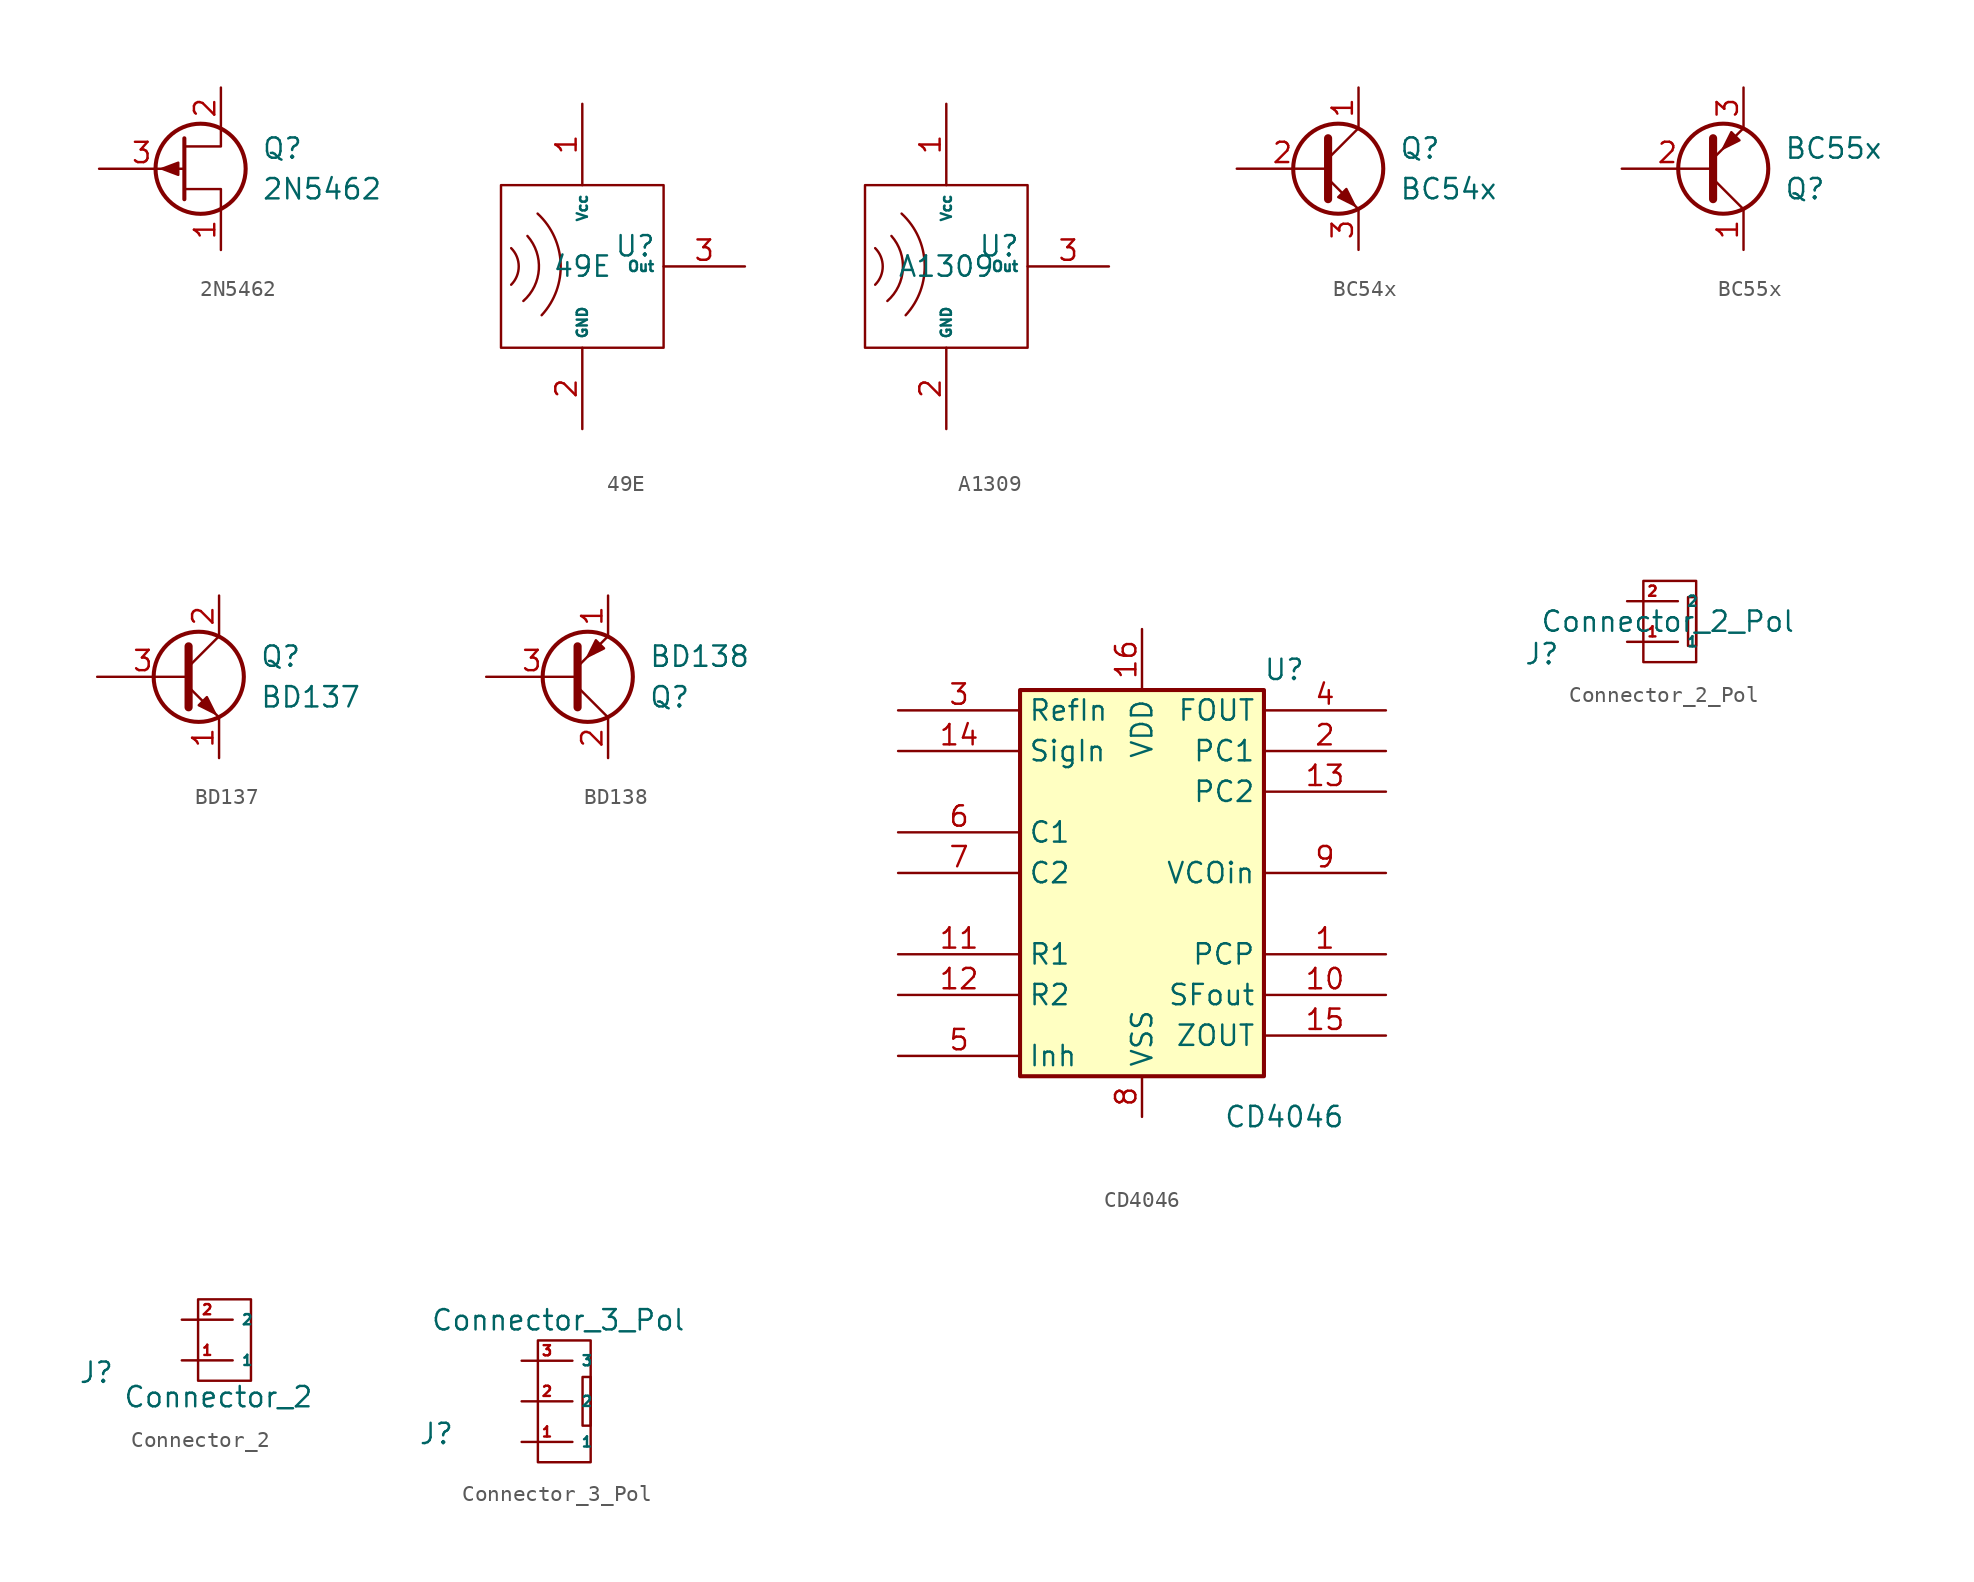
<source format=kicad_sym>
(kicad_symbol_lib
  (version 20231120)
  (generator "kicad_symbol_editor")
  (generator_version "8.0")
  (symbol "2N5462"
    (pin_names
      (offset 0) hide)
    (property "Reference" "Q"
      (at 5.08 1.27 0)
      (effects (font (size 1.27 1.27)) (justify left)))
    (property "Value" "2N5462"
      (at 5.08 -1.27 0)
      (effects (font (size 1.27 1.27)) (justify left)))
    (symbol "2N5462_0_1"
      (polyline (pts (xy 0.254 1.905) (xy 0.254 -1.905) (xy 0.254 -1.905)) (stroke (width 0.254) (type default)) (fill (type none)))
      (polyline (pts (xy 2.54 -2.54) (xy 2.54 -1.27) (xy 0.254 -1.27)) (stroke (width 0) (type default)) (fill (type none)))
      (polyline (pts (xy 2.54 2.54) (xy 2.54 1.397) (xy 0.254 1.397)) (stroke (width 0) (type default)) (fill (type none)))
      (polyline (pts (xy -1.143 0) (xy -0.127 0.381) (xy -0.127 -0.381) (xy -1.143 0)) (stroke (width 0) (type default)) (fill (type outline)))
      (circle (center 1.27 0) (radius 2.819) (stroke (width 0.254) (type default)) (fill (type none))))
    (symbol "2N5462_1_1"
      (pin passive line (at 2.54 -5.08 90) (length 2.54) (name "S" (effects (font (size 1.27 1.27)))) (number "1" (effects (font (size 1.27 1.27)))))
      (pin passive line (at 2.54 5.08 270) (length 2.54) (name "D" (effects (font (size 1.27 1.27)))) (number "2" (effects (font (size 1.27 1.27)))))
      (pin input line (at -5.08 0 0) (length 5.334) (name "G" (effects (font (size 1.27 1.27)))) (number "3" (effects (font (size 1.27 1.27)))))))
  (symbol "49E"
    (property "Reference" "U"
      (at 3.302 1.27 0)
      (effects (font (size 1.27 1.27))))
    (property "Value" "49E"
      (at 0 0 0)
      (effects (font (size 1.27 1.27))))
    (symbol "49E_0_1"
      (rectangle (start -5.08 5.08) (end 5.08 -5.08) (stroke (width 0) (type default)) (fill (type none)))
      (arc (start -4.445 -1.143) (mid -3.9716 0) (end -4.445 1.143) (stroke (width 0) (type default)) (fill (type none)))
      (arc (start -3.683 -2.159) (mid -2.7143 -0.1796) (end -3.429 1.905) (stroke (width 0) (type default)) (fill (type none)))
      (arc (start -2.54 -3.048) (mid -1.3519 0.1796) (end -2.794 3.302) (stroke (width 0) (type default)) (fill (type none))))
    (symbol "49E_1_1"
      (pin power_in line (at 0 10.16 270) (length 5.08) (name "Vcc" (effects (font (size 0.635 0.635)))) (number "1" (effects (font (size 1.27 1.27)))))
      (pin power_in line (at 0 -10.16 90) (length 5.08) (name "GND" (effects (font (size 0.635 0.635)))) (number "2" (effects (font (size 1.27 1.27)))))
      (pin output line (at 10.16 0 180) (length 5.08) (name "Out" (effects (font (size 0.635 0.635)))) (number "3" (effects (font (size 1.27 1.27)))))))
  (symbol "A1309"
    (property "Reference" "U"
      (at 3.302 1.27 0)
      (effects (font (size 1.27 1.27))))
    (property "Value" "A1309"
      (at 0 0 0)
      (effects (font (size 1.27 1.27))))
    (symbol "A1309_0_1"
      (arc (start -2.794 3.302) (mid -1.3519 0.1796) (end -2.54 -3.048) (stroke (width 0) (type default)) (fill (type none)))
      (arc (start -4.445 1.143) (mid -3.9716 0) (end -4.445 -1.143) (stroke (width 0) (type default)) (fill (type none)))
      (arc (start -3.429 1.905) (mid -2.7143 -0.1796) (end -3.683 -2.159) (stroke (width 0) (type default)) (fill (type none)))
      (rectangle (start -5.08 5.08) (end 5.08 -5.08) (stroke (width 0) (type default)) (fill (type none))))
    (symbol "A1309_1_1"
      (pin power_in line (at 0 10.16 270) (length 5.08) (name "Vcc" (effects (font (size 0.635 0.635)))) (number "1" (effects (font (size 1.27 1.27)))))
      (pin power_in line (at 0 -10.16 90) (length 5.08) (name "GND" (effects (font (size 0.635 0.635)))) (number "2" (effects (font (size 1.27 1.27)))))
      (pin output line (at 10.16 0 180) (length 5.08) (name "Out" (effects (font (size 0.635 0.635)))) (number "3" (effects (font (size 1.27 1.27)))))))
  (symbol "BC54x"
    (pin_names
      (offset 0) hide)
    (property "Reference" "Q"
      (at 5.08 1.27 0)
      (effects (font (size 1.27 1.27)) (justify left)))
    (property "Value" "BC54x"
      (at 5.08 -1.27 0)
      (effects (font (size 1.27 1.27)) (justify left)))
    (symbol "BC54x_0_1"
      (polyline (pts (xy 0.635 0.635) (xy 2.54 2.54)) (stroke (width 0) (type default)) (fill (type none)))
      (polyline (pts (xy 0.635 -0.635) (xy 2.54 -2.54) (xy 2.54 -2.54)) (stroke (width 0) (type default)) (fill (type none)))
      (polyline (pts (xy 0.635 1.905) (xy 0.635 -1.905) (xy 0.635 -1.905)) (stroke (width 0.508) (type default)) (fill (type none)))
      (polyline (pts (xy 1.27 -1.778) (xy 1.778 -1.27) (xy 2.286 -2.286) (xy 1.27 -1.778) (xy 1.27 -1.778)) (stroke (width 0) (type default)) (fill (type outline)))
      (circle (center 1.27 0) (radius 2.819) (stroke (width 0.254) (type default)) (fill (type none))))
    (symbol "BC54x_1_1"
      (pin passive line (at 2.54 5.08 270) (length 2.54) (name "C" (effects (font (size 1.27 1.27)))) (number "1" (effects (font (size 1.27 1.27)))))
      (pin input line (at -5.08 0 0) (length 5.715) (name "B" (effects (font (size 1.27 1.27)))) (number "2" (effects (font (size 1.27 1.27)))))
      (pin passive line (at 2.54 -5.08 90) (length 2.54) (name "E" (effects (font (size 1.27 1.27)))) (number "3" (effects (font (size 1.27 1.27)))))))
  (symbol "BC55x"
    (pin_names
      (offset 0) hide)
    (property "Reference" "Q"
      (at 2.54 -1.27 0)
      (effects (font (size 1.27 1.27)) (justify left)))
    (property "Value" "BC55x"
      (at 2.54 1.27 0)
      (effects (font (size 1.27 1.27)) (justify left)))
    (symbol "BC55x_0_1"
      (circle (center -1.27 0) (radius 2.819) (stroke (width 0.254) (type default)) (fill (type none)))
      (polyline (pts (xy -1.905 -0.635) (xy 0 -2.54)) (stroke (width 0) (type default)) (fill (type none)))
      (polyline (pts (xy -1.905 -1.905) (xy -1.905 1.905) (xy -1.905 1.905)) (stroke (width 0.508) (type default)) (fill (type none)))
      (polyline (pts (xy -1.905 0.635) (xy 0 2.54) (xy 0 2.54)) (stroke (width 0) (type default)) (fill (type none)))
      (polyline (pts (xy -0.254 1.778) (xy -0.762 2.286) (xy -1.27 1.27) (xy -0.254 1.778) (xy -0.254 1.778)) (stroke (width 0) (type default)) (fill (type outline))))
    (symbol "BC55x_1_1"
      (pin passive line (at 0 -5.08 90) (length 2.54) (name "C" (effects (font (size 1.27 1.27)))) (number "1" (effects (font (size 1.27 1.27)))))
      (pin input line (at -7.62 0 0) (length 5.715) (name "B" (effects (font (size 1.27 1.27)))) (number "2" (effects (font (size 1.27 1.27)))))
      (pin passive line (at 0 5.08 270) (length 2.54) (name "E" (effects (font (size 1.27 1.27)))) (number "3" (effects (font (size 1.27 1.27)))))))
  (symbol "BD137"
    (pin_names
      (offset 0) hide)
    (property "Reference" "Q"
      (at 5.08 1.27 0)
      (effects (font (size 1.27 1.27)) (justify left)))
    (property "Value" "BD137"
      (at 5.08 -1.27 0)
      (effects (font (size 1.27 1.27)) (justify left)))
    (symbol "BD137_0_1"
      (polyline (pts (xy 0.635 0.635) (xy 2.54 2.54)) (stroke (width 0) (type default)) (fill (type none)))
      (polyline (pts (xy 0.635 -0.635) (xy 2.54 -2.54) (xy 2.54 -2.54)) (stroke (width 0) (type default)) (fill (type none)))
      (polyline (pts (xy 0.635 1.905) (xy 0.635 -1.905) (xy 0.635 -1.905)) (stroke (width 0.508) (type default)) (fill (type none)))
      (polyline (pts (xy 1.27 -1.778) (xy 1.778 -1.27) (xy 2.286 -2.286) (xy 1.27 -1.778) (xy 1.27 -1.778)) (stroke (width 0) (type default)) (fill (type outline)))
      (circle (center 1.27 0) (radius 2.819) (stroke (width 0.254) (type default)) (fill (type none))))
    (symbol "BD137_1_1"
      (pin passive line (at 2.54 -5.08 90) (length 2.54) (name "E" (effects (font (size 1.27 1.27)))) (number "1" (effects (font (size 1.27 1.27)))))
      (pin passive line (at 2.54 5.08 270) (length 2.54) (name "C" (effects (font (size 1.27 1.27)))) (number "2" (effects (font (size 1.27 1.27)))))
      (pin input line (at -5.08 0 0) (length 5.715) (name "B" (effects (font (size 1.27 1.27)))) (number "3" (effects (font (size 1.27 1.27)))))))
  (symbol "BD138"
    (pin_names
      (offset 0) hide)
    (property "Reference" "Q"
      (at 2.54 -1.27 0)
      (effects (font (size 1.27 1.27)) (justify left)))
    (property "Value" "BD138"
      (at 2.54 1.27 0)
      (effects (font (size 1.27 1.27)) (justify left)))
    (symbol "BD138_0_1"
      (circle (center -1.27 0) (radius 2.819) (stroke (width 0.254) (type default)) (fill (type none)))
      (polyline (pts (xy -1.905 -0.635) (xy 0 -2.54)) (stroke (width 0) (type default)) (fill (type none)))
      (polyline (pts (xy -1.905 -1.905) (xy -1.905 1.905) (xy -1.905 1.905)) (stroke (width 0.508) (type default)) (fill (type none)))
      (polyline (pts (xy -1.905 0.635) (xy 0 2.54) (xy 0 2.54)) (stroke (width 0) (type default)) (fill (type none)))
      (polyline (pts (xy -0.254 1.778) (xy -0.762 2.286) (xy -1.27 1.27) (xy -0.254 1.778) (xy -0.254 1.778)) (stroke (width 0) (type default)) (fill (type outline))))
    (symbol "BD138_1_1"
      (pin passive line (at 0 5.08 270) (length 2.54) (name "E" (effects (font (size 1.27 1.27)))) (number "1" (effects (font (size 1.27 1.27)))))
      (pin passive line (at 0 -5.08 90) (length 2.54) (name "C" (effects (font (size 1.27 1.27)))) (number "2" (effects (font (size 1.27 1.27)))))
      (pin input line (at -7.62 0 0) (length 5.715) (name "B" (effects (font (size 1.27 1.27)))) (number "3" (effects (font (size 1.27 1.27)))))))
  (symbol "CD4046"
    (property "Reference" "U"
      (at 8.89 12.7 0)
      (effects (font (size 1.27 1.27))))
    (property "Value" "CD4046"
      (at 8.89 -15.24 0)
      (effects (font (size 1.27 1.27))))
    (symbol "CD4046_0_1"
      (rectangle (start -7.62 11.43) (end 7.62 -12.7) (stroke (width 0.254) (type default)) (fill (type background)))
      (pin power_in line (at 0 15.24 270) (length 3.81) (name "VDD" (effects (font (size 1.27 1.27)))) (number "16" (effects (font (size 1.27 1.27)))))
      (pin power_in line (at 0 -15.24 90) (length 2.54) (name "VSS" (effects (font (size 1.27 1.27)))) (number "8" (effects (font (size 1.27 1.27))))))
    (symbol "CD4046_1_1"
      (pin output line (at 15.24 -5.08 180) (length 7.62) (name "PCP" (effects (font (size 1.27 1.27)))) (number "1" (effects (font (size 1.27 1.27)))))
      (pin output line (at 15.24 -7.62 180) (length 7.62) (name "SFout" (effects (font (size 1.27 1.27)))) (number "10" (effects (font (size 1.27 1.27)))))
      (pin input line (at -15.24 -5.08 0) (length 7.62) (name "R1" (effects (font (size 1.27 1.27)))) (number "11" (effects (font (size 1.27 1.27)))))
      (pin input line (at -15.24 -7.62 0) (length 7.62) (name "R2" (effects (font (size 1.27 1.27)))) (number "12" (effects (font (size 1.27 1.27)))))
      (pin tri_state line (at 15.24 5.08 180) (length 7.62) (name "PC2" (effects (font (size 1.27 1.27)))) (number "13" (effects (font (size 1.27 1.27)))))
      (pin input line (at -15.24 7.62 0) (length 7.62) (name "SigIn" (effects (font (size 1.27 1.27)))) (number "14" (effects (font (size 1.27 1.27)))))
      (pin output line (at 15.24 -10.16 180) (length 7.62) (name "ZOUT" (effects (font (size 1.27 1.27)))) (number "15" (effects (font (size 1.27 1.27)))))
      (pin output line (at 15.24 7.62 180) (length 7.62) (name "PC1" (effects (font (size 1.27 1.27)))) (number "2" (effects (font (size 1.27 1.27)))))
      (pin input line (at -15.24 10.16 0) (length 7.62) (name "RefIn" (effects (font (size 1.27 1.27)))) (number "3" (effects (font (size 1.27 1.27)))))
      (pin output line (at 15.24 10.16 180) (length 7.62) (name "FOUT" (effects (font (size 1.27 1.27)))) (number "4" (effects (font (size 1.27 1.27)))))
      (pin input line (at -15.24 -11.43 0) (length 7.62) (name "Inh" (effects (font (size 1.27 1.27)))) (number "5" (effects (font (size 1.27 1.27)))))
      (pin input line (at -15.24 2.54 0) (length 7.62) (name "C1" (effects (font (size 1.27 1.27)))) (number "6" (effects (font (size 1.27 1.27)))))
      (pin input line (at -15.24 0 0) (length 7.62) (name "C2" (effects (font (size 1.27 1.27)))) (number "7" (effects (font (size 1.27 1.27)))))
      (pin input line (at 15.24 0 180) (length 7.62) (name "VCOin" (effects (font (size 1.27 1.27)))) (number "9" (effects (font (size 1.27 1.27)))))))
  (symbol "Connector_2_Pol"
    (property "Reference" "J"
      (at -7.874 -2.032 0)
      (effects (font (size 1.27 1.27))))
    (property "Value" "Connector_2_Pol"
      (at 0 0 0)
      (effects (font (size 1.27 1.27))))
    (symbol "Connector_2_Pol_0_1"
      (rectangle (start -1.524 2.54) (end 1.778 -2.54) (stroke (width 0) (type default)) (fill (type none)))
      (rectangle (start 1.778 1.524) (end 1.27 -1.524) (stroke (width 0) (type default)) (fill (type none))))
    (symbol "Connector_2_Pol_1_1"
      (pin passive line (at -2.54 -1.27 0) (length 3.175) (name "1" (effects (font (size 0.635 0.635)))) (number "1" (effects (font (size 0.635 0.635)))))
      (pin passive line (at -2.54 1.27 0) (length 3.175) (name "2" (effects (font (size 0.635 0.635)))) (number "2" (effects (font (size 0.635 0.635)))))))
  (symbol "Connector_2"
    (property "Reference" "J"
      (at -7.874 -2.032 0)
      (effects (font (size 1.27 1.27))))
    (property "Value" "Connector_2"
      (at -0.254 -3.556 0)
      (effects (font (size 1.27 1.27))))
    (symbol "Connector_2_0_1"
      (rectangle (start -1.524 2.54) (end 1.778 -2.54) (stroke (width 0) (type default)) (fill (type none))))
    (symbol "Connector_2_1_1"
      (pin passive line (at -2.54 -1.27 0) (length 3.175) (name "1" (effects (font (size 0.635 0.635)))) (number "1" (effects (font (size 0.635 0.635)))))
      (pin passive line (at -2.54 1.27 0) (length 3.175) (name "2" (effects (font (size 0.635 0.635)))) (number "2" (effects (font (size 0.635 0.635)))))))
  (symbol "Connector_3_Pol"
    (property "Reference" "J"
      (at -7.874 -2.032 0)
      (effects (font (size 1.27 1.27))))
    (property "Value" "Connector_3_Pol"
      (at -0.254 5.08 0)
      (effects (font (size 1.27 1.27))))
    (symbol "Connector_3_Pol_0_1"
      (rectangle (start -1.524 3.81) (end 1.778 -3.81) (stroke (width 0) (type default)) (fill (type none)))
      (rectangle (start 1.778 1.524) (end 1.27 -1.524) (stroke (width 0) (type default)) (fill (type none))))
    (symbol "Connector_3_Pol_1_1"
      (pin passive line (at -2.54 -2.54 0) (length 3.175) (name "1" (effects (font (size 0.635 0.635)))) (number "1" (effects (font (size 0.635 0.635)))))
      (pin passive line (at -2.54 0 0) (length 3.175) (name "2" (effects (font (size 0.635 0.635)))) (number "2" (effects (font (size 0.635 0.635)))))
      (pin passive line (at -2.54 2.54 0) (length 3.175) (name "3" (effects (font (size 0.635 0.635)))) (number "3" (effects (font (size 0.635 0.635))))))))
</source>
